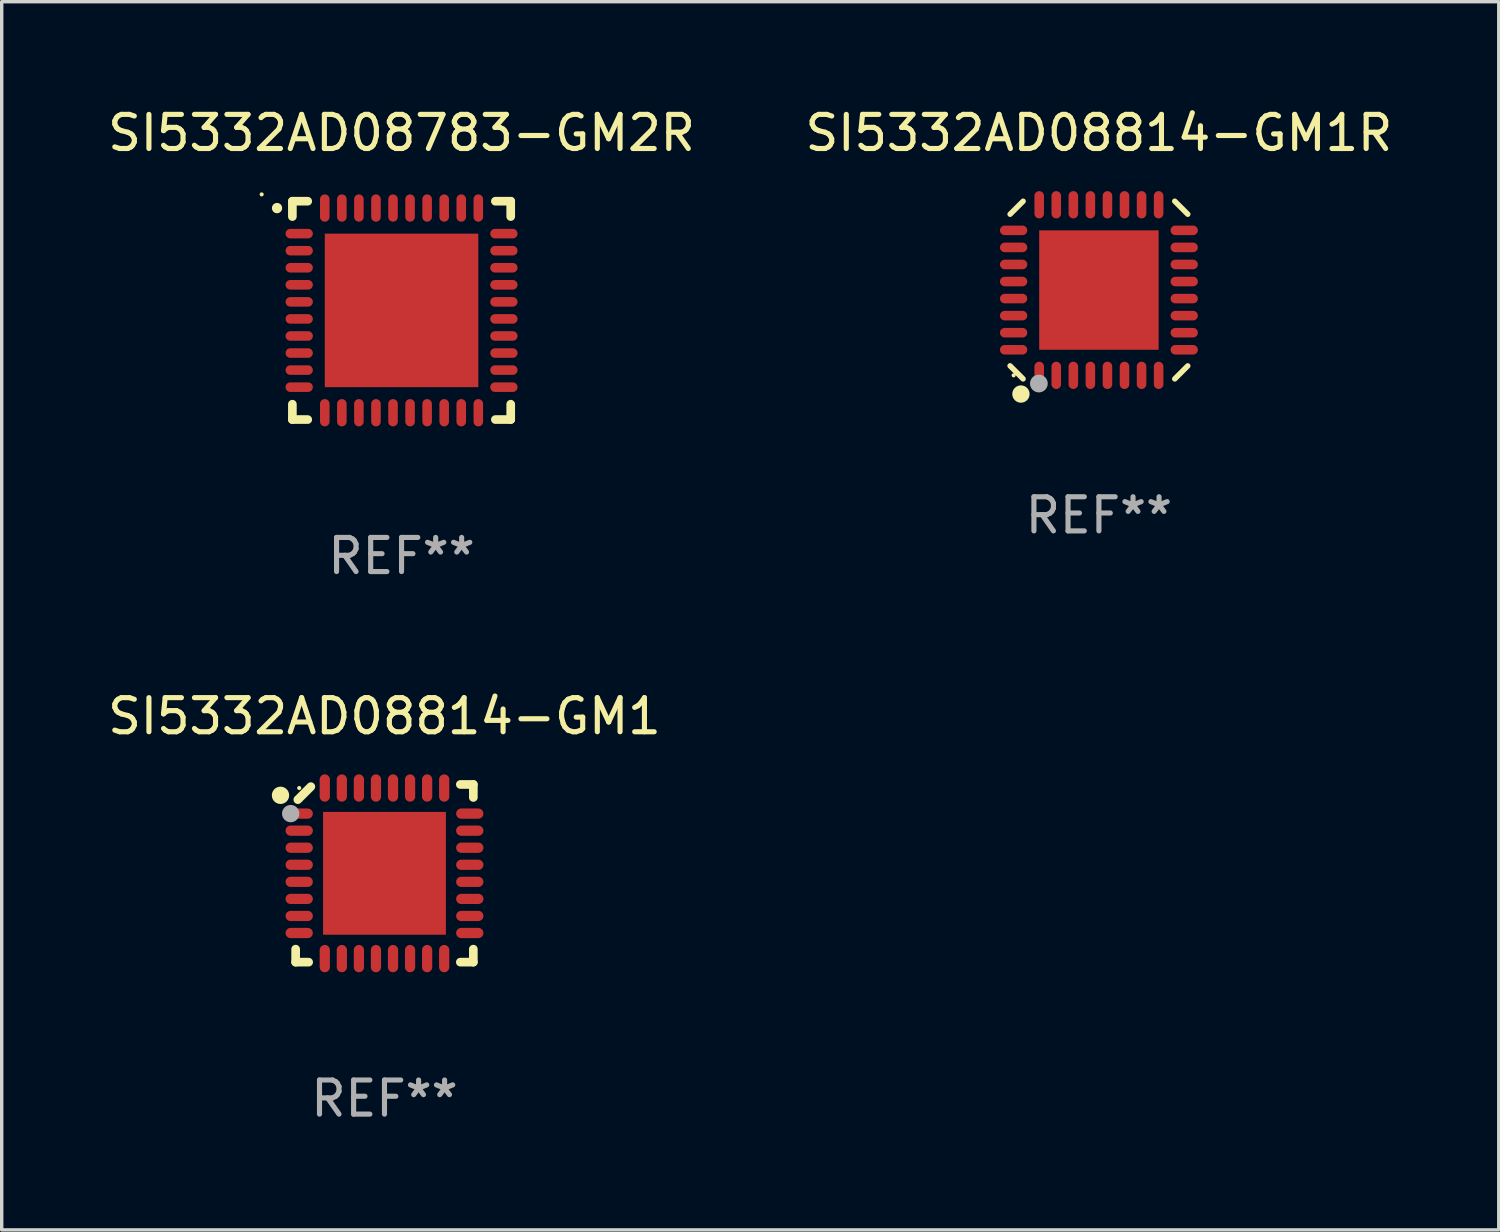
<source format=kicad_pcb>
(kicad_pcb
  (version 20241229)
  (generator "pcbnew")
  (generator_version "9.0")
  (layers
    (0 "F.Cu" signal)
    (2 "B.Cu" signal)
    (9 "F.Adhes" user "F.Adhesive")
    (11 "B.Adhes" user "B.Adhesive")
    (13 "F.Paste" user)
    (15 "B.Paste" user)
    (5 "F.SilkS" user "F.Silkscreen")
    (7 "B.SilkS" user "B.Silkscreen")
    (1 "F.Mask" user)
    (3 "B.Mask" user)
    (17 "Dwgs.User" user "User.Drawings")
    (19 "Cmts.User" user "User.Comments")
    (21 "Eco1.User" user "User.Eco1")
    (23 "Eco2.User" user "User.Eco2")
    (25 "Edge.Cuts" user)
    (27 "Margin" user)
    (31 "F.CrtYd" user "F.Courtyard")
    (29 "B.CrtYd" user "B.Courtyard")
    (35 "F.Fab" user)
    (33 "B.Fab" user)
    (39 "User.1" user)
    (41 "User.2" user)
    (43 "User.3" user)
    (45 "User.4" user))
  (footprint "SI5332AD08814-GM1"
    (layer "F.Cu")
    (at 8.22 22.548)
    (property "Reference" "SI5332AD08814-GM1" (at 0 -4.604 0) (layer "F.SilkS") (effects (font (size 1 1) (thickness 0.15))))
    (attr through_hole)
    (fp_line (start -2.604 2.223) (end -2.604 2.604) (stroke (width 0.254) (type solid)) (layer "F.SilkS"))
    (fp_line (start -2.604 2.604) (end -2.223 2.604) (stroke (width 0.254) (type solid)) (layer "F.SilkS"))
    (fp_line (start -2.159 -2.54) (end -2.54 -2.159) (stroke (width 0.254) (type solid)) (layer "F.SilkS"))
    (fp_line (start 2.223 2.604) (end 2.604 2.604) (stroke (width 0.254) (type solid)) (layer "F.SilkS"))
    (fp_line (start 2.604 -2.604) (end 2.223 -2.604) (stroke (width 0.254) (type solid)) (layer "F.SilkS"))
    (fp_line (start 2.604 -2.223) (end 2.604 -2.604) (stroke (width 0.254) (type solid)) (layer "F.SilkS"))
    (fp_line (start 2.604 2.604) (end 2.604 2.223) (stroke (width 0.254) (type solid)) (layer "F.SilkS"))
    (fp_circle (center -3.048 -2.286) (end -2.921 -2.286) (stroke (width 0.254) (type solid)) (fill no) (layer "F.SilkS"))
    (fp_circle (center -2.5 -2.5) (end -2.47 -2.5) (stroke (width 0.06) (type solid)) (fill no) (layer "F.SilkS"))
    (fp_circle (center -2.75 -1.75) (end -2.623 -1.75) (stroke (width 0.254) (type solid)) (fill no) (layer "F.Fab"))
    (fp_text user "REF**" (at 0 6.604 0) (layer "F.Fab") (effects (font (size 1 1) (thickness 0.15))))
    (pad "1" smd oval (at -2.5 -1.75) (size 0.8 0.3) (layers "F.Cu" "F.Mask" "F.Paste"))
    (pad "2" smd oval (at -2.5 -1.25) (size 0.8 0.3) (layers "F.Cu" "F.Mask" "F.Paste"))
    (pad "3" smd oval (at -2.5 -0.75) (size 0.8 0.3) (layers "F.Cu" "F.Mask" "F.Paste"))
    (pad "4" smd oval (at -2.5 -0.25) (size 0.8 0.3) (layers "F.Cu" "F.Mask" "F.Paste"))
    (pad "5" smd oval (at -2.5 0.25) (size 0.8 0.3) (layers "F.Cu" "F.Mask" "F.Paste"))
    (pad "6" smd oval (at -2.5 0.75) (size 0.8 0.3) (layers "F.Cu" "F.Mask" "F.Paste"))
    (pad "7" smd oval (at -2.5 1.25) (size 0.8 0.3) (layers "F.Cu" "F.Mask" "F.Paste"))
    (pad "8" smd oval (at -2.5 1.75) (size 0.8 0.3) (layers "F.Cu" "F.Mask" "F.Paste"))
    (pad "9" smd oval (at -1.75 2.5) (size 0.3 0.8) (layers "F.Cu" "F.Mask" "F.Paste"))
    (pad "10" smd oval (at -1.25 2.5) (size 0.3 0.8) (layers "F.Cu" "F.Mask" "F.Paste"))
    (pad "11" smd oval (at -0.75 2.5) (size 0.3 0.8) (layers "F.Cu" "F.Mask" "F.Paste"))
    (pad "12" smd oval (at -0.25 2.5) (size 0.3 0.8) (layers "F.Cu" "F.Mask" "F.Paste"))
    (pad "13" smd oval (at 0.25 2.5) (size 0.3 0.8) (layers "F.Cu" "F.Mask" "F.Paste"))
    (pad "14" smd oval (at 0.75 2.5) (size 0.3 0.8) (layers "F.Cu" "F.Mask" "F.Paste"))
    (pad "15" smd oval (at 1.25 2.5) (size 0.3 0.8) (layers "F.Cu" "F.Mask" "F.Paste"))
    (pad "16" smd oval (at 1.75 2.5) (size 0.3 0.8) (layers "F.Cu" "F.Mask" "F.Paste"))
    (pad "17" smd oval (at 2.5 1.75) (size 0.8 0.3) (layers "F.Cu" "F.Mask" "F.Paste"))
    (pad "18" smd oval (at 2.5 1.25) (size 0.8 0.3) (layers "F.Cu" "F.Mask" "F.Paste"))
    (pad "19" smd oval (at 2.5 0.75) (size 0.8 0.3) (layers "F.Cu" "F.Mask" "F.Paste"))
    (pad "20" smd oval (at 2.5 0.25) (size 0.8 0.3) (layers "F.Cu" "F.Mask" "F.Paste"))
    (pad "21" smd oval (at 2.5 -0.25) (size 0.8 0.3) (layers "F.Cu" "F.Mask" "F.Paste"))
    (pad "22" smd oval (at 2.5 -0.75) (size 0.8 0.3) (layers "F.Cu" "F.Mask" "F.Paste"))
    (pad "23" smd oval (at 2.5 -1.25) (size 0.8 0.3) (layers "F.Cu" "F.Mask" "F.Paste"))
    (pad "24" smd oval (at 2.5 -1.75) (size 0.8 0.3) (layers "F.Cu" "F.Mask" "F.Paste"))
    (pad "25" smd oval (at 1.75 -2.5) (size 0.3 0.8) (layers "F.Cu" "F.Mask" "F.Paste"))
    (pad "26" smd oval (at 1.25 -2.5) (size 0.3 0.8) (layers "F.Cu" "F.Mask" "F.Paste"))
    (pad "27" smd oval (at 0.75 -2.5) (size 0.3 0.8) (layers "F.Cu" "F.Mask" "F.Paste"))
    (pad "28" smd oval (at 0.25 -2.5) (size 0.3 0.8) (layers "F.Cu" "F.Mask" "F.Paste"))
    (pad "29" smd oval (at -0.25 -2.5) (size 0.3 0.8) (layers "F.Cu" "F.Mask" "F.Paste"))
    (pad "30" smd oval (at -0.75 -2.5) (size 0.3 0.8) (layers "F.Cu" "F.Mask" "F.Paste"))
    (pad "31" smd oval (at -1.25 -2.5) (size 0.3 0.8) (layers "F.Cu" "F.Mask" "F.Paste"))
    (pad "32" smd oval (at -1.75 -2.5) (size 0.3 0.8) (layers "F.Cu" "F.Mask" "F.Paste"))
    (pad "33" smd rect (at -0.000076 0) (size 3.6 3.6) (layers "F.Cu" "F.Mask" "F.Paste")))
  (footprint "SI5332AD08783-GM2R"
    (layer "F.Cu")
    (at 8.72 6.048)
    (property "Reference" "SI5332AD08783-GM2R" (at 0 -5.2 0) (layer "F.SilkS") (effects (font (size 1 1) (thickness 0.15))))
    (attr through_hole)
    (fp_line (start -3.2 -3.2) (end -2.75 -3.2) (stroke (width 0.254) (type solid)) (layer "F.SilkS"))
    (fp_line (start -3.2 -2.75) (end -3.2 -3.2) (stroke (width 0.254) (type solid)) (layer "F.SilkS"))
    (fp_line (start -3.2 3.2) (end -3.2 2.75) (stroke (width 0.254) (type solid)) (layer "F.SilkS"))
    (fp_line (start -2.75 3.2) (end -3.2 3.2) (stroke (width 0.254) (type solid)) (layer "F.SilkS"))
    (fp_line (start 2.75 3.2) (end 3.2 3.2) (stroke (width 0.254) (type solid)) (layer "F.SilkS"))
    (fp_line (start 3.2 -3.2) (end 2.75 -3.2) (stroke (width 0.254) (type solid)) (layer "F.SilkS"))
    (fp_line (start 3.2 -2.75) (end 3.2 -3.2) (stroke (width 0.254) (type solid)) (layer "F.SilkS"))
    (fp_line (start 3.2 3.2) (end 3.2 2.75) (stroke (width 0.254) (type solid)) (layer "F.SilkS"))
    (fp_arc (start -3.649987 -2.997206) (mid -3.649992 -2.998476) (end -3.649987 -2.999746) (stroke (width 0.3) (type solid)) (layer "F.SilkS"))
    (fp_circle (center -4.1 -3.4) (end -4.07 -3.4) (stroke (width 0.06) (type solid)) (fill no) (layer "F.SilkS"))
    (fp_text user "REF**" (at 0 7.2 0) (layer "F.Fab") (effects (font (size 1 1) (thickness 0.15))))
    (pad "1" smd oval (at -3 -2.25 90) (size 0.28 0.8) (layers "F.Cu" "F.Mask" "F.Paste"))
    (pad "2" smd oval (at -3 -1.75 90) (size 0.28 0.8) (layers "F.Cu" "F.Mask" "F.Paste"))
    (pad "3" smd oval (at -3 -1.25 90) (size 0.28 0.8) (layers "F.Cu" "F.Mask" "F.Paste"))
    (pad "4" smd oval (at -3 -0.75 90) (size 0.28 0.8) (layers "F.Cu" "F.Mask" "F.Paste"))
    (pad "5" smd oval (at -3 -0.25 90) (size 0.28 0.8) (layers "F.Cu" "F.Mask" "F.Paste"))
    (pad "6" smd oval (at -3 0.25 90) (size 0.28 0.8) (layers "F.Cu" "F.Mask" "F.Paste"))
    (pad "7" smd oval (at -3 0.75 90) (size 0.28 0.8) (layers "F.Cu" "F.Mask" "F.Paste"))
    (pad "8" smd oval (at -3 1.25 90) (size 0.28 0.8) (layers "F.Cu" "F.Mask" "F.Paste"))
    (pad "9" smd oval (at -3 1.75 90) (size 0.28 0.8) (layers "F.Cu" "F.Mask" "F.Paste"))
    (pad "10" smd oval (at -3 2.25 90) (size 0.28 0.8) (layers "F.Cu" "F.Mask" "F.Paste"))
    (pad "11" smd oval (at -2.25 3) (size 0.28 0.8) (layers "F.Cu" "F.Mask" "F.Paste"))
    (pad "12" smd oval (at -1.75 3) (size 0.28 0.8) (layers "F.Cu" "F.Mask" "F.Paste"))
    (pad "13" smd oval (at -1.25 3) (size 0.28 0.8) (layers "F.Cu" "F.Mask" "F.Paste"))
    (pad "14" smd oval (at -0.75 3) (size 0.28 0.8) (layers "F.Cu" "F.Mask" "F.Paste"))
    (pad "15" smd oval (at -0.25 3) (size 0.28 0.8) (layers "F.Cu" "F.Mask" "F.Paste"))
    (pad "16" smd oval (at 0.25 3) (size 0.28 0.8) (layers "F.Cu" "F.Mask" "F.Paste"))
    (pad "17" smd oval (at 0.75 3) (size 0.28 0.8) (layers "F.Cu" "F.Mask" "F.Paste"))
    (pad "18" smd oval (at 1.25 3) (size 0.28 0.8) (layers "F.Cu" "F.Mask" "F.Paste"))
    (pad "19" smd oval (at 1.75 3) (size 0.28 0.8) (layers "F.Cu" "F.Mask" "F.Paste"))
    (pad "20" smd oval (at 2.25 3) (size 0.28 0.8) (layers "F.Cu" "F.Mask" "F.Paste"))
    (pad "21" smd oval (at 3 2.25 90) (size 0.28 0.8) (layers "F.Cu" "F.Mask" "F.Paste"))
    (pad "22" smd oval (at 3 1.75 90) (size 0.28 0.8) (layers "F.Cu" "F.Mask" "F.Paste"))
    (pad "23" smd oval (at 3 1.25 90) (size 0.28 0.8) (layers "F.Cu" "F.Mask" "F.Paste"))
    (pad "24" smd oval (at 3 0.75 90) (size 0.28 0.8) (layers "F.Cu" "F.Mask" "F.Paste"))
    (pad "25" smd oval (at 3 0.25 90) (size 0.28 0.8) (layers "F.Cu" "F.Mask" "F.Paste"))
    (pad "26" smd oval (at 3 -0.25 90) (size 0.28 0.8) (layers "F.Cu" "F.Mask" "F.Paste"))
    (pad "27" smd oval (at 3 -0.75 90) (size 0.28 0.8) (layers "F.Cu" "F.Mask" "F.Paste"))
    (pad "28" smd oval (at 3 -1.25 90) (size 0.28 0.8) (layers "F.Cu" "F.Mask" "F.Paste"))
    (pad "29" smd oval (at 3 -1.75 90) (size 0.28 0.8) (layers "F.Cu" "F.Mask" "F.Paste"))
    (pad "30" smd oval (at 3 -2.25 90) (size 0.28 0.8) (layers "F.Cu" "F.Mask" "F.Paste"))
    (pad "31" smd oval (at 2.25 -3) (size 0.28 0.8) (layers "F.Cu" "F.Mask" "F.Paste"))
    (pad "32" smd oval (at 1.75 -3) (size 0.28 0.8) (layers "F.Cu" "F.Mask" "F.Paste"))
    (pad "33" smd oval (at 1.25 -3) (size 0.28 0.8) (layers "F.Cu" "F.Mask" "F.Paste"))
    (pad "34" smd oval (at 0.75 -3) (size 0.28 0.8) (layers "F.Cu" "F.Mask" "F.Paste"))
    (pad "35" smd oval (at 0.25 -3) (size 0.28 0.8) (layers "F.Cu" "F.Mask" "F.Paste"))
    (pad "36" smd oval (at -0.25 -3) (size 0.28 0.8) (layers "F.Cu" "F.Mask" "F.Paste"))
    (pad "37" smd oval (at -0.75 -3) (size 0.28 0.8) (layers "F.Cu" "F.Mask" "F.Paste"))
    (pad "38" smd oval (at -1.25 -3) (size 0.28 0.8) (layers "F.Cu" "F.Mask" "F.Paste"))
    (pad "39" smd oval (at -1.75 -3) (size 0.28 0.8) (layers "F.Cu" "F.Mask" "F.Paste"))
    (pad "40" smd oval (at -2.25 -3) (size 0.28 0.8) (layers "F.Cu" "F.Mask" "F.Paste"))
    (pad "41" smd rect (at 0 0) (size 4.5 4.5) (layers "F.Cu" "F.Mask" "F.Paste")))
  (footprint "SI5332AD08814-GM1R"
    (layer "F.Cu")
    (at 29.161 5.452)
    (property "Reference" "SI5332AD08814-GM1R" (at 0 -4.604 0) (layer "F.SilkS") (effects (font (size 1 1) (thickness 0.15))))
    (attr through_hole)
    (fp_line (start -2.223 2.603) (end -2.604 2.222) (stroke (width 0.16) (type solid)) (layer "F.SilkS"))
    (fp_line (start -2.222 -2.604) (end -2.603 -2.223) (stroke (width 0.16) (type solid)) (layer "F.SilkS"))
    (fp_line (start 2.223 -2.604) (end 2.604 -2.223) (stroke (width 0.16) (type solid)) (layer "F.SilkS"))
    (fp_line (start 2.604 2.223) (end 2.223 2.604) (stroke (width 0.16) (type solid)) (layer "F.SilkS"))
    (fp_circle (center -2.5 2.5) (end -2.47 2.5) (stroke (width 0.06) (type solid)) (fill no) (layer "F.SilkS"))
    (fp_circle (center -2.286 3.048) (end -2.159 3.048) (stroke (width 0.254) (type solid)) (fill no) (layer "F.SilkS"))
    (fp_circle (center -1.76 2.74) (end -1.63 2.74) (stroke (width 0.26) (type solid)) (fill no) (layer "F.Fab"))
    (fp_text user "REF**" (at 0 6.604 0) (layer "F.Fab") (effects (font (size 1 1) (thickness 0.15))))
    (pad "1" smd oval (at -1.75 2.5) (size 0.28 0.8) (layers "F.Cu" "F.Mask" "F.Paste"))
    (pad "2" smd oval (at -1.25 2.5) (size 0.28 0.8) (layers "F.Cu" "F.Mask" "F.Paste"))
    (pad "3" smd oval (at -0.75 2.5) (size 0.28 0.8) (layers "F.Cu" "F.Mask" "F.Paste"))
    (pad "4" smd oval (at -0.25 2.5) (size 0.28 0.8) (layers "F.Cu" "F.Mask" "F.Paste"))
    (pad "5" smd oval (at 0.25 2.5) (size 0.28 0.8) (layers "F.Cu" "F.Mask" "F.Paste"))
    (pad "6" smd oval (at 0.75 2.5) (size 0.28 0.8) (layers "F.Cu" "F.Mask" "F.Paste"))
    (pad "7" smd oval (at 1.25 2.5) (size 0.28 0.8) (layers "F.Cu" "F.Mask" "F.Paste"))
    (pad "8" smd oval (at 1.75 2.5) (size 0.28 0.8) (layers "F.Cu" "F.Mask" "F.Paste"))
    (pad "9" smd oval (at 2.5 1.75) (size 0.8 0.28) (layers "F.Cu" "F.Mask" "F.Paste"))
    (pad "10" smd oval (at 2.5 1.25) (size 0.8 0.28) (layers "F.Cu" "F.Mask" "F.Paste"))
    (pad "11" smd oval (at 2.5 0.75) (size 0.8 0.28) (layers "F.Cu" "F.Mask" "F.Paste"))
    (pad "12" smd oval (at 2.5 0.25) (size 0.8 0.28) (layers "F.Cu" "F.Mask" "F.Paste"))
    (pad "13" smd oval (at 2.5 -0.25) (size 0.8 0.28) (layers "F.Cu" "F.Mask" "F.Paste"))
    (pad "14" smd oval (at 2.5 -0.75) (size 0.8 0.28) (layers "F.Cu" "F.Mask" "F.Paste"))
    (pad "15" smd oval (at 2.5 -1.25) (size 0.8 0.28) (layers "F.Cu" "F.Mask" "F.Paste"))
    (pad "16" smd oval (at 2.5 -1.75) (size 0.8 0.28) (layers "F.Cu" "F.Mask" "F.Paste"))
    (pad "17" smd oval (at 1.75 -2.5) (size 0.28 0.8) (layers "F.Cu" "F.Mask" "F.Paste"))
    (pad "18" smd oval (at 1.25 -2.5) (size 0.28 0.8) (layers "F.Cu" "F.Mask" "F.Paste"))
    (pad "19" smd oval (at 0.75 -2.5) (size 0.28 0.8) (layers "F.Cu" "F.Mask" "F.Paste"))
    (pad "20" smd oval (at 0.25 -2.5) (size 0.28 0.8) (layers "F.Cu" "F.Mask" "F.Paste"))
    (pad "21" smd oval (at -0.25 -2.5) (size 0.28 0.8) (layers "F.Cu" "F.Mask" "F.Paste"))
    (pad "22" smd oval (at -0.75 -2.5) (size 0.28 0.8) (layers "F.Cu" "F.Mask" "F.Paste"))
    (pad "23" smd oval (at -1.25 -2.5) (size 0.28 0.8) (layers "F.Cu" "F.Mask" "F.Paste"))
    (pad "24" smd oval (at -1.75 -2.5) (size 0.28 0.8) (layers "F.Cu" "F.Mask" "F.Paste"))
    (pad "25" smd oval (at -2.5 -1.75) (size 0.8 0.28) (layers "F.Cu" "F.Mask" "F.Paste"))
    (pad "26" smd oval (at -2.5 -1.25) (size 0.8 0.28) (layers "F.Cu" "F.Mask" "F.Paste"))
    (pad "27" smd oval (at -2.5 -0.75) (size 0.8 0.28) (layers "F.Cu" "F.Mask" "F.Paste"))
    (pad "28" smd oval (at -2.5 -0.25) (size 0.8 0.28) (layers "F.Cu" "F.Mask" "F.Paste"))
    (pad "29" smd oval (at -2.5 0.25) (size 0.8 0.28) (layers "F.Cu" "F.Mask" "F.Paste"))
    (pad "30" smd oval (at -2.5 0.75) (size 0.8 0.28) (layers "F.Cu" "F.Mask" "F.Paste"))
    (pad "31" smd oval (at -2.5 1.25) (size 0.8 0.28) (layers "F.Cu" "F.Mask" "F.Paste"))
    (pad "32" smd oval (at -2.5 1.75) (size 0.8 0.28) (layers "F.Cu" "F.Mask" "F.Paste"))
    (pad "33" smd rect (at 0.000038 -0.000025) (size 3.5 3.5) (layers "F.Cu" "F.Mask" "F.Paste")))
  (gr_rect
    (start -3 -3)
    (end 40.881 33)
    (stroke (width 0.1) (type default))
    (fill no)
    (layer "Edge.Cuts")))
</source>
